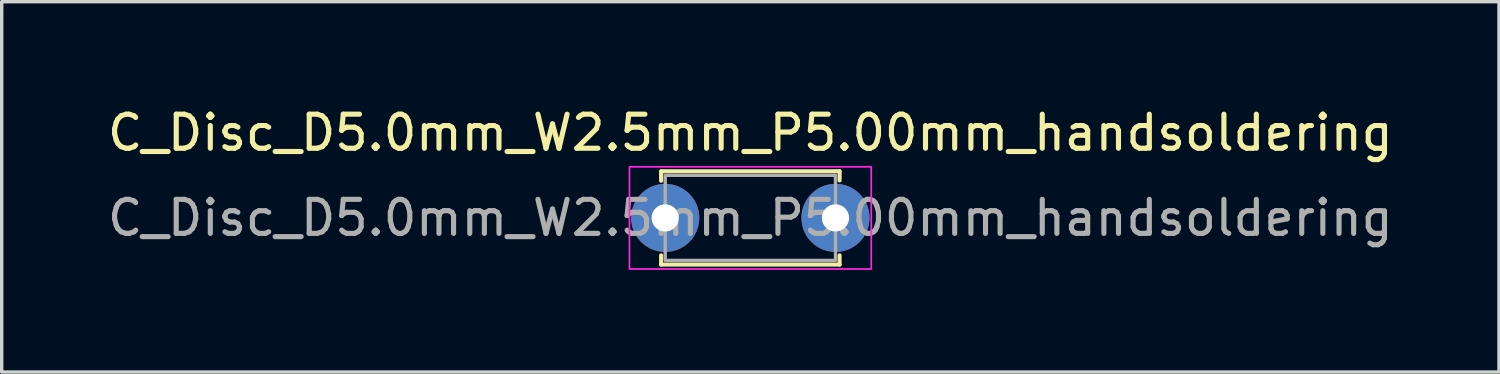
<source format=kicad_pcb>
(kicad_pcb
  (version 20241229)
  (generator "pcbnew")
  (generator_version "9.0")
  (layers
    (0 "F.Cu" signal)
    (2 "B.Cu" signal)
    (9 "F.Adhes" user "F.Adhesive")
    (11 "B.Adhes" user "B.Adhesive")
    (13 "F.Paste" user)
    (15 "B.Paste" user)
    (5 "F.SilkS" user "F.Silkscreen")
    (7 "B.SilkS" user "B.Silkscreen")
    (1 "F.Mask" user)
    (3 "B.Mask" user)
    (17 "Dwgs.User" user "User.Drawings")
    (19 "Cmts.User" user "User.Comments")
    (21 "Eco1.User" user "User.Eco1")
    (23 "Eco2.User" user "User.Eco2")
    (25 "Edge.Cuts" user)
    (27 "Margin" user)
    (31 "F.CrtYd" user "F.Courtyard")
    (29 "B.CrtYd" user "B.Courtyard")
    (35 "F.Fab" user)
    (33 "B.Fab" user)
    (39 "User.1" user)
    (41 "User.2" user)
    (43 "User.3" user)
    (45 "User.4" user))
  (footprint "C_Disc_D5.0mm_W2.5mm_P5.00mm_handsoldering"
    (layer "F.Cu")
    (at 16.482 3.348)
    (property "Reference" "C_Disc_D5.0mm_W2.5mm_P5.00mm_handsoldering" (at 2.5 -2.5 0) (layer "F.SilkS") (effects (font (size 1 1) (thickness 0.15))))
    (attr through_hole)
    (fp_line (start -0.12 -1.37) (end 5.12 -1.37) (stroke (width 0.12) (type solid)) (layer "F.SilkS"))
    (fp_line (start -0.12 -1.36) (end -0.12 -1.09) (stroke (width 0.12) (type solid)) (layer "F.SilkS"))
    (fp_line (start -0.12 1.1) (end -0.12 1.37) (stroke (width 0.12) (type solid)) (layer "F.SilkS"))
    (fp_line (start 5.12 -1.37) (end 5.12 -1.1) (stroke (width 0.12) (type solid)) (layer "F.SilkS"))
    (fp_line (start 5.12 1.1) (end 5.12 1.37) (stroke (width 0.12) (type solid)) (layer "F.SilkS"))
    (fp_line (start 5.12 1.37) (end -0.12 1.37) (stroke (width 0.12) (type solid)) (layer "F.SilkS"))
    (fp_rect (start -1.05 -1.5) (end 6.05 1.5) (stroke (width 0.05) (type solid)) (fill no) (layer "F.CrtYd"))
    (fp_rect (start 0 -1.25) (end 5 1.25) (stroke (width 0.1) (type solid)) (fill no) (layer "F.Fab"))
    (fp_text user "${REFERENCE}" (at 2.5 0 0) (layer "F.Fab") (effects (font (size 1 1) (thickness 0.15))))
    (pad "1" thru_hole circle (at 0 0) (size 2 2) (drill 0.8) (layers "*.Cu" "*.Mask"))
    (pad "2" thru_hole circle (at 5 0) (size 2 2) (drill 0.8) (layers "*.Cu" "*.Mask")))
  (gr_rect
    (start -3 -3)
    (end 40.964 7.873)
    (stroke (width 0.1) (type default))
    (fill no)
    (layer "Edge.Cuts")))
</source>
